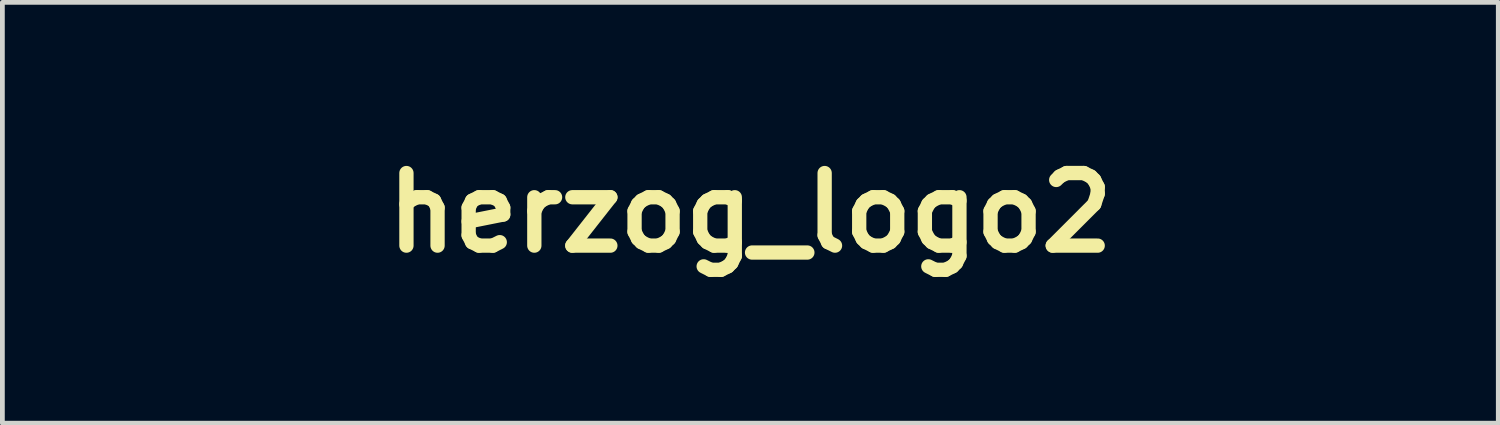
<source format=kicad_pcb>
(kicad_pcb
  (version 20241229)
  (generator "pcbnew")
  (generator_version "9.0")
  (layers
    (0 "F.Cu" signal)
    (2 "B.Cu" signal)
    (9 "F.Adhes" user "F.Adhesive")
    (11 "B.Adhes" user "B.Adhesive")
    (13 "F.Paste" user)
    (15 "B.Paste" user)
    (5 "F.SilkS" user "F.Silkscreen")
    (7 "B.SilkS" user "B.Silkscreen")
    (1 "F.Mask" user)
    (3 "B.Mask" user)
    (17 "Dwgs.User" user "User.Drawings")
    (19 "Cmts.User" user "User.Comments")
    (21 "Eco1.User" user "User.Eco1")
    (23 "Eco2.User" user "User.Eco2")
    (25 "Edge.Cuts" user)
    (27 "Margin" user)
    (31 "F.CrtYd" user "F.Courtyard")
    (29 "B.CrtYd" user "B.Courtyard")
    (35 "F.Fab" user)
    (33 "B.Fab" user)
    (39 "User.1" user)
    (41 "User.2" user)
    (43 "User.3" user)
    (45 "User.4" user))
  (footprint "herzog_logo2"
    (layer "F.Cu")
    (at 12.705 1.418)
    (property "Reference" "herzog_logo2" (at 0 0 0) (layer "F.SilkS") (effects (font (size 1.524 1.524) (thickness 0.3))))
    (attr through_hole)
    (fp_poly (pts (xy 11.134 0.804) (xy 10.95 0.804) (xy 10.831 0.798) (xy 10.752 0.783) (xy 10.739 0.776) (xy 10.729 0.727) (xy 10.722 0.607) (xy 10.715 0.43) (xy 10.712 0.211) (xy 10.71 -0.007) (xy 10.71 -0.762) (xy 11.134 -0.762) (xy 11.134 0.804)) (stroke (width 0.01) (type solid)) (fill yes) (layer "F.Mask"))
    (fp_poly (pts (xy 4.953 -0.593) (xy 4.948 -0.484) (xy 4.921 -0.436) (xy 4.849 -0.424) (xy 4.806 -0.423) (xy 4.659 -0.423) (xy 4.647 0.18) (xy 4.636 0.783) (xy 4.434 0.796) (xy 4.233 0.809) (xy 4.233 -0.423) (xy 3.895 -0.423) (xy 3.895 -0.762) (xy 4.953 -0.762) (xy 4.953 -0.593)) (stroke (width 0.01) (type solid)) (fill yes) (layer "F.Mask"))
    (fp_poly (pts (xy -12.277 -0.169) (xy -11.726 -0.169) (xy -11.726 -0.762) (xy -11.301 -0.762) (xy -11.313 0.011) (xy -11.324 0.783) (xy -11.525 0.796) (xy -11.726 0.809) (xy -11.726 0.169) (xy -12.273 0.169) (xy -12.298 0.783) (xy -12.499 0.796) (xy -12.7 0.809) (xy -12.7 -0.762) (xy -12.277 -0.762) (xy -12.277 -0.169)) (stroke (width 0.01) (type solid)) (fill yes) (layer "F.Mask"))
    (fp_poly (pts (xy 0.466 0.423) (xy 0.931 0.423) (xy 0.931 0.804) (xy 0.515 0.804) (xy 0.335 0.802) (xy 0.188 0.794) (xy 0.094 0.784) (xy 0.071 0.776) (xy 0.061 0.727) (xy 0.054 0.607) (xy 0.047 0.43) (xy 0.044 0.211) (xy 0.042 -0.007) (xy 0.042 -0.762) (xy 0.466 -0.762) (xy 0.466 0.423)) (stroke (width 0.01) (type solid)) (fill yes) (layer "F.Mask"))
    (fp_poly (pts (xy 9.554 -0.331) (xy 9.885 0.101) (xy 9.897 -0.331) (xy 9.909 -0.762) (xy 10.374 -0.762) (xy 10.362 0.011) (xy 10.351 0.783) (xy 9.931 0.783) (xy 9.25 -0.094) (xy 9.229 0.345) (xy 9.207 0.783) (xy 9.006 0.796) (xy 8.805 0.809) (xy 8.805 -0.762) (xy 9.224 -0.762) (xy 9.554 -0.331)) (stroke (width 0.01) (type solid)) (fill yes) (layer "F.Mask"))
    (fp_poly (pts (xy -10.118 -0.423) (xy -10.351 -0.423) (xy -10.484 -0.421) (xy -10.553 -0.407) (xy -10.579 -0.37) (xy -10.583 -0.298) (xy -10.583 -0.296) (xy -10.579 -0.221) (xy -10.55 -0.184) (xy -10.476 -0.171) (xy -10.372 -0.169) (xy -10.16 -0.169) (xy -10.16 0.169) (xy -10.372 0.169) (xy -10.497 0.172) (xy -10.559 0.189) (xy -10.581 0.233) (xy -10.583 0.294) (xy -10.578 0.367) (xy -10.549 0.406) (xy -10.474 0.423) (xy -10.361 0.432) (xy -10.139 0.445) (xy -10.139 0.783) (xy -10.573 0.795) (xy -11.007 0.807) (xy -11.007 -0.762) (xy -10.118 -0.762) (xy -10.118 -0.423)) (stroke (width 0.01) (type solid)) (fill yes) (layer "F.Mask"))
    (fp_poly (pts (xy -0.254 -0.423) (xy -0.762 -0.423) (xy -0.762 -0.296) (xy -0.758 -0.224) (xy -0.732 -0.186) (xy -0.664 -0.172) (xy -0.533 -0.169) (xy -0.529 -0.169) (xy -0.296 -0.169) (xy -0.296 0.169) (xy -0.529 0.169) (xy -0.662 0.171) (xy -0.732 0.185) (xy -0.758 0.223) (xy -0.762 0.294) (xy -0.762 0.296) (xy -0.758 0.369) (xy -0.732 0.407) (xy -0.664 0.421) (xy -0.533 0.423) (xy -0.296 0.423) (xy -0.296 0.804) (xy -0.713 0.804) (xy -0.893 0.802) (xy -1.04 0.794) (xy -1.134 0.784) (xy -1.157 0.776) (xy -1.166 0.727) (xy -1.174 0.607) (xy -1.18 0.43) (xy -1.184 0.211) (xy -1.185 -0.007) (xy -1.185 -0.762) (xy -0.254 -0.762) (xy -0.254 -0.423)) (stroke (width 0.01) (type solid)) (fill yes) (layer "F.Mask"))
    (fp_poly (pts (xy 2.117 -0.423) (xy 1.609 -0.423) (xy 1.609 -0.296) (xy 1.613 -0.224) (xy 1.638 -0.186) (xy 1.706 -0.172) (xy 1.838 -0.169) (xy 1.841 -0.169) (xy 2.074 -0.169) (xy 2.074 0.169) (xy 1.841 0.169) (xy 1.708 0.171) (xy 1.639 0.185) (xy 1.613 0.223) (xy 1.609 0.294) (xy 1.609 0.296) (xy 1.613 0.369) (xy 1.638 0.407) (xy 1.706 0.421) (xy 1.838 0.423) (xy 2.074 0.423) (xy 2.074 0.804) (xy 1.658 0.804) (xy 1.478 0.802) (xy 1.331 0.794) (xy 1.237 0.784) (xy 1.214 0.776) (xy 1.204 0.727) (xy 1.197 0.607) (xy 1.19 0.43) (xy 1.187 0.211) (xy 1.185 -0.007) (xy 1.185 -0.762) (xy 2.117 -0.762) (xy 2.117 -0.423)) (stroke (width 0.01) (type solid)) (fill yes) (layer "F.Mask"))
    (fp_poly (pts (xy -6.909 -0.667) (xy -6.985 -0.545) (xy -7.08 -0.389) (xy -7.184 -0.215) (xy -7.289 -0.037) (xy -7.386 0.128) (xy -7.465 0.266) (xy -7.518 0.361) (xy -7.535 0.398) (xy -7.497 0.41) (xy -7.395 0.419) (xy -7.251 0.423) (xy -7.239 0.423) (xy -6.943 0.423) (xy -6.943 0.804) (xy -7.599 0.804) (xy -7.824 0.803) (xy -8.015 0.8) (xy -8.159 0.795) (xy -8.241 0.789) (xy -8.255 0.785) (xy -8.234 0.744) (xy -8.177 0.644) (xy -8.092 0.499) (xy -7.986 0.32) (xy -7.939 0.242) (xy -7.796 0.005) (xy -7.694 -0.168) (xy -7.631 -0.287) (xy -7.606 -0.362) (xy -7.617 -0.403) (xy -7.664 -0.421) (xy -7.745 -0.424) (xy -7.848 -0.423) (xy -8.128 -0.423) (xy -8.128 -0.762) (xy -6.848 -0.762) (xy -6.909 -0.667)) (stroke (width 0.01) (type solid)) (fill yes) (layer "F.Mask"))
    (fp_poly (pts (xy 3.493 -0.773) (xy 3.564 -0.705) (xy 3.594 -0.584) (xy 3.598 -0.479) (xy 3.596 -0.346) (xy 3.587 -0.284) (xy 3.563 -0.278) (xy 3.524 -0.308) (xy 3.375 -0.398) (xy 3.225 -0.417) (xy 3.085 -0.377) (xy 2.967 -0.29) (xy 2.882 -0.169) (xy 2.842 -0.026) (xy 2.859 0.126) (xy 2.944 0.275) (xy 2.959 0.292) (xy 3.099 0.396) (xy 3.251 0.419) (xy 3.422 0.362) (xy 3.461 0.339) (xy 3.598 0.255) (xy 3.598 0.504) (xy 3.595 0.645) (xy 3.579 0.724) (xy 3.544 0.763) (xy 3.503 0.778) (xy 3.343 0.8) (xy 3.156 0.798) (xy 2.979 0.774) (xy 2.857 0.734) (xy 2.64 0.578) (xy 2.495 0.379) (xy 2.422 0.136) (xy 2.413 -0.003) (xy 2.451 -0.257) (xy 2.56 -0.473) (xy 2.731 -0.642) (xy 2.953 -0.754) (xy 3.172 -0.796) (xy 3.367 -0.8) (xy 3.493 -0.773)) (stroke (width 0.01) (type solid)) (fill yes) (layer "F.Mask"))
    (fp_poly (pts (xy 12.605 -0.778) (xy 12.658 -0.755) (xy 12.687 -0.707) (xy 12.698 -0.614) (xy 12.7 -0.497) (xy 12.7 -0.241) (xy 12.612 -0.321) (xy 12.48 -0.388) (xy 12.32 -0.399) (xy 12.166 -0.353) (xy 12.091 -0.301) (xy 11.982 -0.149) (xy 11.956 0.022) (xy 12.002 0.185) (xy 12.108 0.323) (xy 12.255 0.399) (xy 12.418 0.408) (xy 12.577 0.346) (xy 12.626 0.308) (xy 12.667 0.277) (xy 12.689 0.288) (xy 12.698 0.354) (xy 12.7 0.49) (xy 12.7 0.497) (xy 12.695 0.647) (xy 12.669 0.738) (xy 12.606 0.785) (xy 12.487 0.802) (xy 12.347 0.804) (xy 12.119 0.776) (xy 11.953 0.717) (xy 11.756 0.576) (xy 11.617 0.388) (xy 11.541 0.169) (xy 11.529 -0.065) (xy 11.585 -0.296) (xy 11.713 -0.51) (xy 11.718 -0.515) (xy 11.897 -0.667) (xy 12.122 -0.765) (xy 12.369 -0.804) (xy 12.605 -0.778)) (stroke (width 0.01) (type solid)) (fill yes) (layer "F.Mask"))
    (fp_poly (pts (xy -9.142 -0.753) (xy -8.958 -0.72) (xy -8.827 -0.659) (xy -8.738 -0.564) (xy -8.693 -0.477) (xy -8.654 -0.297) (xy -8.679 -0.123) (xy -8.761 0.024) (xy -8.89 0.12) (xy -8.926 0.133) (xy -8.932 0.173) (xy -8.88 0.271) (xy -8.769 0.427) (xy -8.746 0.457) (xy -8.642 0.594) (xy -8.561 0.704) (xy -8.515 0.771) (xy -8.509 0.784) (xy -8.547 0.795) (xy -8.647 0.802) (xy -8.757 0.804) (xy -9.005 0.804) (xy -9.335 0.275) (xy -9.377 0.783) (xy -9.578 0.796) (xy -9.779 0.809) (xy -9.779 -0.254) (xy -9.356 -0.254) (xy -9.348 -0.143) (xy -9.319 -0.094) (xy -9.274 -0.085) (xy -9.178 -0.113) (xy -9.126 -0.151) (xy -9.068 -0.252) (xy -9.084 -0.344) (xy -9.164 -0.407) (xy -9.258 -0.423) (xy -9.321 -0.413) (xy -9.349 -0.365) (xy -9.356 -0.256) (xy -9.356 -0.254) (xy -9.779 -0.254) (xy -9.779 -0.762) (xy -9.396 -0.762) (xy -9.142 -0.753)) (stroke (width 0.01) (type solid)) (fill yes) (layer "F.Mask"))
    (fp_poly (pts (xy -5.386 -0.739) (xy -5.17 -0.609) (xy -5.01 -0.432) (xy -4.91 -0.223) (xy -4.872 0.002) (xy -4.902 0.228) (xy -5.001 0.44) (xy -5.088 0.545) (xy -5.304 0.716) (xy -5.541 0.812) (xy -5.787 0.831) (xy -5.985 0.787) (xy -6.205 0.664) (xy -6.383 0.484) (xy -6.505 0.264) (xy -6.554 0.048) (xy -6.126 0.048) (xy -6.079 0.204) (xy -5.987 0.335) (xy -5.868 0.402) (xy -5.701 0.422) (xy -5.562 0.402) (xy -5.445 0.328) (xy -5.415 0.3) (xy -5.322 0.176) (xy -5.292 0.038) (xy -5.292 0.021) (xy -5.33 -0.147) (xy -5.434 -0.281) (xy -5.585 -0.363) (xy -5.706 -0.381) (xy -5.887 -0.346) (xy -6.024 -0.252) (xy -6.108 -0.115) (xy -6.126 0.048) (xy -6.554 0.048) (xy -6.559 0.025) (xy -6.561 -0.026) (xy -6.532 -0.184) (xy -6.458 -0.362) (xy -6.358 -0.519) (xy -6.302 -0.58) (xy -6.094 -0.717) (xy -5.85 -0.79) (xy -5.596 -0.794) (xy -5.386 -0.739)) (stroke (width 0.01) (type solid)) (fill yes) (layer "F.Mask"))
    (fp_poly (pts (xy 7.787 -0.792) (xy 8.024 -0.718) (xy 8.042 -0.709) (xy 8.188 -0.613) (xy 8.325 -0.489) (xy 8.358 -0.451) (xy 8.43 -0.352) (xy 8.469 -0.259) (xy 8.485 -0.142) (xy 8.488 -0.004) (xy 8.482 0.169) (xy 8.457 0.292) (xy 8.406 0.402) (xy 8.371 0.457) (xy 8.206 0.636) (xy 7.993 0.76) (xy 7.753 0.823) (xy 7.51 0.818) (xy 7.387 0.785) (xy 7.205 0.682) (xy 7.037 0.525) (xy 6.909 0.34) (xy 6.858 0.212) (xy 6.841 0.063) (xy 7.262 0.063) (xy 7.308 0.214) (xy 7.405 0.331) (xy 7.538 0.405) (xy 7.691 0.426) (xy 7.846 0.384) (xy 7.962 0.3) (xy 8.064 0.147) (xy 8.085 -0.019) (xy 8.023 -0.186) (xy 7.976 -0.251) (xy 7.883 -0.34) (xy 7.78 -0.376) (xy 7.689 -0.381) (xy 7.499 -0.352) (xy 7.365 -0.262) (xy 7.283 -0.112) (xy 7.262 0.063) (xy 6.841 0.063) (xy 6.831 -0.032) (xy 6.876 -0.257) (xy 6.983 -0.455) (xy 7.139 -0.616) (xy 7.332 -0.732) (xy 7.552 -0.794) (xy 7.787 -0.792)) (stroke (width 0.01) (type solid)) (fill yes) (layer "F.Mask"))
    (fp_poly (pts (xy 5.735 -0.755) (xy 5.937 -0.747) (xy 6.073 -0.736) (xy 6.162 -0.717) (xy 6.225 -0.686) (xy 6.281 -0.639) (xy 6.29 -0.629) (xy 6.386 -0.482) (xy 6.424 -0.324) (xy 6.431 -0.202) (xy 6.411 -0.117) (xy 6.348 -0.033) (xy 6.292 0.024) (xy 6.205 0.113) (xy 6.149 0.173) (xy 6.138 0.187) (xy 6.162 0.222) (xy 6.226 0.308) (xy 6.318 0.428) (xy 6.35 0.469) (xy 6.448 0.599) (xy 6.522 0.705) (xy 6.559 0.767) (xy 6.561 0.775) (xy 6.523 0.791) (xy 6.424 0.798) (xy 6.319 0.796) (xy 6.076 0.783) (xy 5.897 0.511) (xy 5.719 0.238) (xy 5.707 0.511) (xy 5.694 0.783) (xy 5.493 0.796) (xy 5.292 0.809) (xy 5.292 -0.254) (xy 5.715 -0.254) (xy 5.721 -0.145) (xy 5.748 -0.096) (xy 5.811 -0.085) (xy 5.816 -0.085) (xy 5.917 -0.11) (xy 5.969 -0.148) (xy 6 -0.239) (xy 5.994 -0.317) (xy 5.954 -0.396) (xy 5.871 -0.423) (xy 5.841 -0.423) (xy 5.76 -0.417) (xy 5.724 -0.38) (xy 5.715 -0.29) (xy 5.715 -0.254) (xy 5.292 -0.254) (xy 5.292 -0.77) (xy 5.735 -0.755)) (stroke (width 0.01) (type solid)) (fill yes) (layer "F.Mask"))
    (fp_poly (pts (xy -3.618 -0.796) (xy -3.485 -0.759) (xy -3.382 -0.704) (xy -3.27 -0.617) (xy -3.169 -0.522) (xy -3.104 -0.437) (xy -3.09 -0.398) (xy -3.126 -0.353) (xy -3.216 -0.299) (xy -3.263 -0.279) (xy -3.372 -0.238) (xy -3.435 -0.235) (xy -3.485 -0.273) (xy -3.522 -0.319) (xy -3.596 -0.391) (xy -3.685 -0.417) (xy -3.782 -0.415) (xy -3.91 -0.392) (xy -3.998 -0.329) (xy -4.052 -0.258) (xy -4.126 -0.094) (xy -4.141 0.073) (xy -4.106 0.23) (xy -4.03 0.363) (xy -3.924 0.459) (xy -3.795 0.506) (xy -3.653 0.489) (xy -3.565 0.442) (xy -3.482 0.36) (xy -3.48 0.296) (xy -3.555 0.259) (xy -3.619 0.254) (xy -3.714 0.249) (xy -3.757 0.217) (xy -3.767 0.135) (xy -3.768 0.085) (xy -3.768 -0.085) (xy -3.385 -0.085) (xy -3.182 -0.081) (xy -3.051 -0.062) (xy -2.982 -0.02) (xy -2.963 0.058) (xy -2.983 0.179) (xy -3.001 0.25) (xy -3.101 0.475) (xy -3.261 0.654) (xy -3.465 0.777) (xy -3.697 0.836) (xy -3.942 0.824) (xy -4.043 0.796) (xy -4.198 0.711) (xy -4.353 0.576) (xy -4.476 0.422) (xy -4.514 0.351) (xy -4.551 0.22) (xy -4.571 0.062) (xy -4.572 0.021) (xy -4.538 -0.231) (xy -4.43 -0.446) (xy -4.312 -0.579) (xy -4.1 -0.728) (xy -3.863 -0.801) (xy -3.618 -0.796)) (stroke (width 0.01) (type solid)) (fill yes) (layer "F.Mask")))
  (gr_rect
    (start -3 -3)
    (end 28.41 5.836)
    (stroke (width 0.1) (type default))
    (fill no)
    (layer "Edge.Cuts")))
</source>
